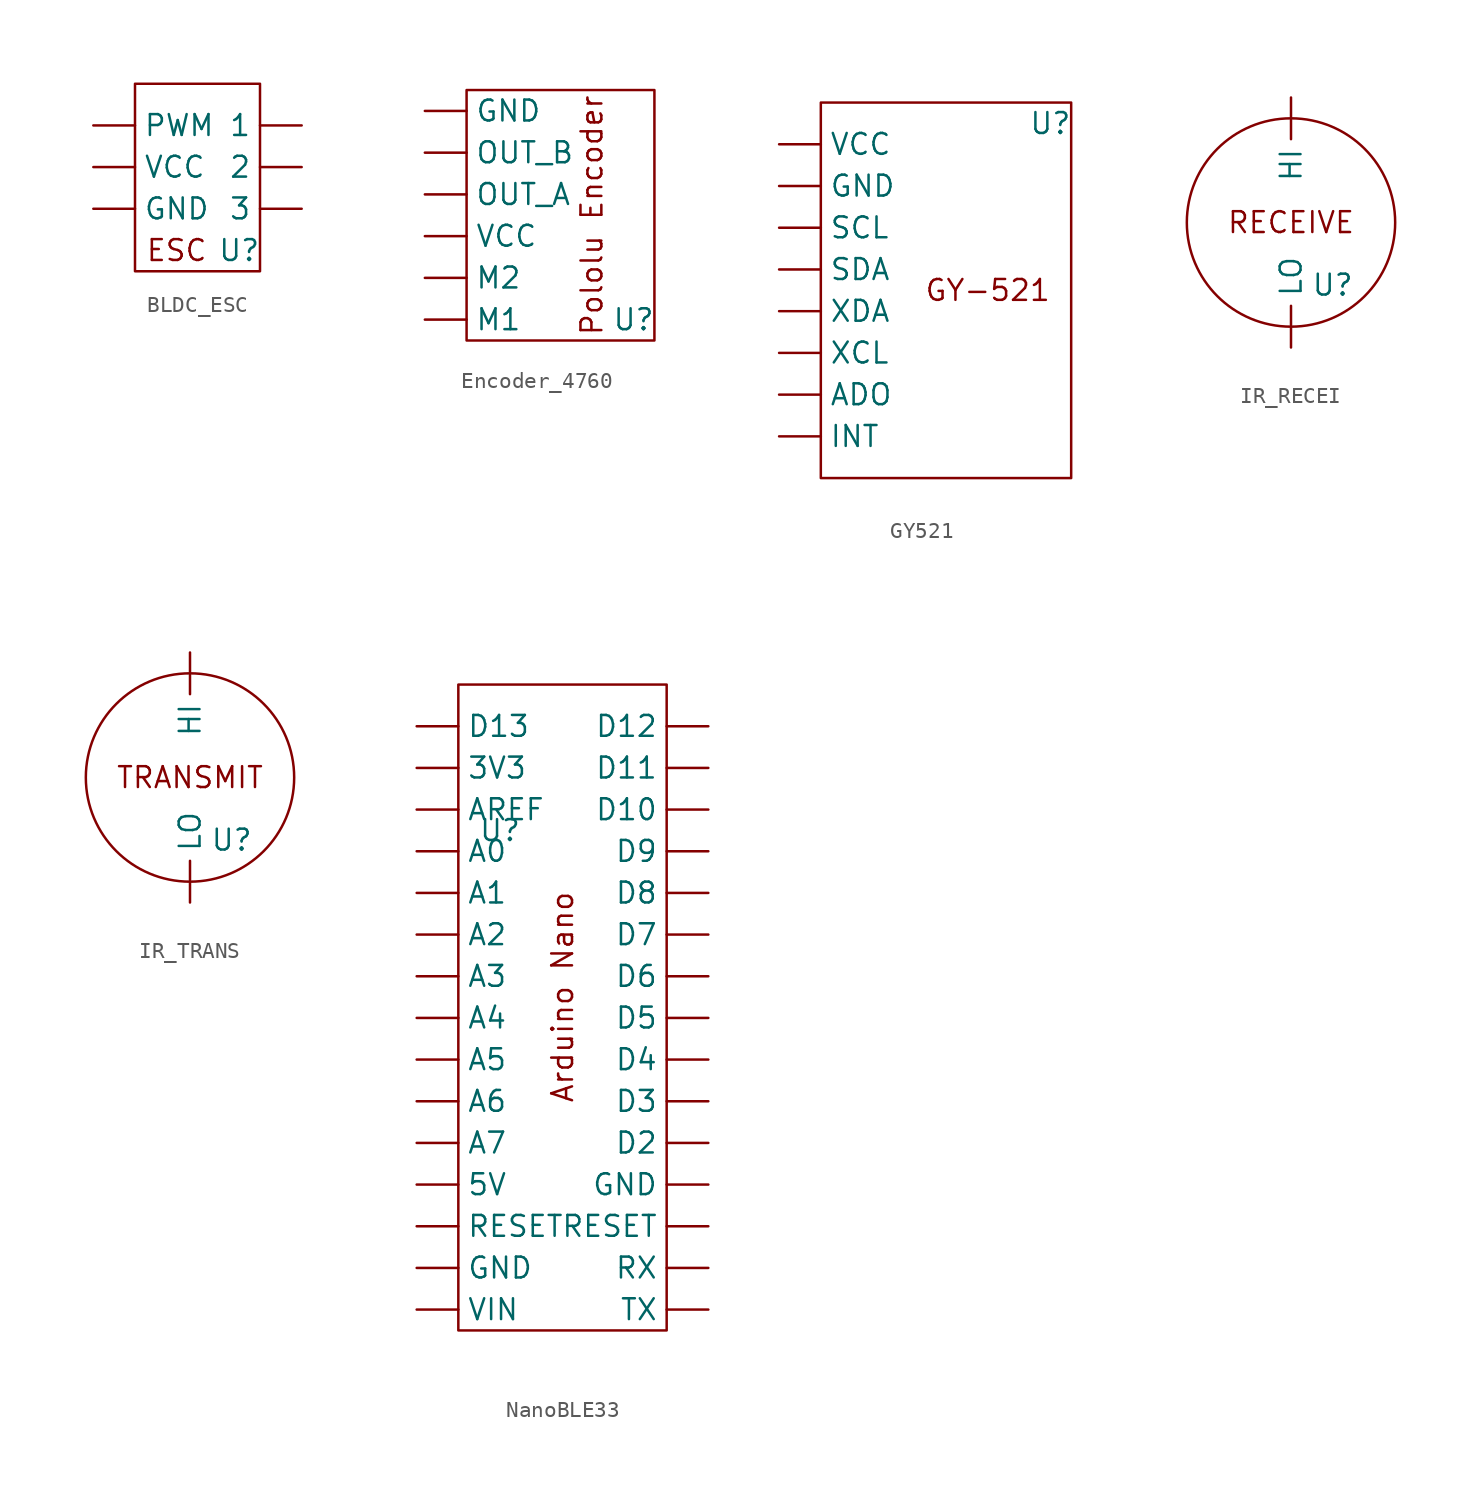
<source format=kicad_sym>
(kicad_symbol_lib
  (version 20220914)
  (generator kicad_symbol_editor)
  (symbol "BLDC_ESC"
    (property "Reference" "U"
      (at 2.54 -5.08 0)
      (effects (font (size 1.27 1.27))))
    (property "Value" ""
      (at -1.27 -2.54 0)
      (effects (font (size 1.27 1.27))))
    (symbol "BLDC_ESC_0_1"
      (rectangle (start -3.81 5.08) (end 3.81 -6.35) (stroke (width 0) (type default)) (fill (type none))))
    (symbol "BLDC_ESC_1_1"
      (text "ESC" (at -1.27 -5.08 0) (effects (font (size 1.27 1.27))))
      (pin input line (at 6.35 2.54 180) (length 2.54) (name "1" (effects (font (size 1.27 1.27)))) (number "" (effects (font (size 1.27 1.27)))))
      (pin input line (at 6.35 0 180) (length 2.54) (name "2" (effects (font (size 1.27 1.27)))) (number "" (effects (font (size 1.27 1.27)))))
      (pin input line (at 6.35 -2.54 180) (length 2.54) (name "3" (effects (font (size 1.27 1.27)))) (number "" (effects (font (size 1.27 1.27)))))
      (pin input line (at -6.35 -2.54 0) (length 2.54) (name "GND" (effects (font (size 1.27 1.27)))) (number "" (effects (font (size 1.27 1.27)))))
      (pin input line (at -6.35 2.54 0) (length 2.54) (name "PWM" (effects (font (size 1.27 1.27)))) (number "" (effects (font (size 1.27 1.27)))))
      (pin input line (at -6.35 0 0) (length 2.54) (name "VCC" (effects (font (size 1.27 1.27)))) (number "" (effects (font (size 1.27 1.27)))))))
  (symbol "Encoder_4760"
    (property "Reference" "U"
      (at 3.81 -6.35 0)
      (effects (font (size 1.27 1.27))))
    (property "Value" ""
      (at -2.54 -1.27 0)
      (effects (font (size 1.27 1.27))))
    (symbol "Encoder_4760_1_1"
      (rectangle (start -6.35 7.62) (end 5.08 -7.62) (stroke (width 0) (type default)) (fill (type none)))
      (text "Pololu Encoder\n" (at 1.27 0 900) (effects (font (size 1.27 1.27))))
      (pin input line (at -8.89 6.35 0) (length 2.54) (name "GND" (effects (font (size 1.27 1.27)))) (number "" (effects (font (size 1.27 1.27)))))
      (pin input line (at -8.89 -6.35 0) (length 2.54) (name "M1" (effects (font (size 1.27 1.27)))) (number "" (effects (font (size 1.27 1.27)))))
      (pin input line (at -8.89 -3.81 0) (length 2.54) (name "M2" (effects (font (size 1.27 1.27)))) (number "" (effects (font (size 1.27 1.27)))))
      (pin input line (at -8.89 1.27 0) (length 2.54) (name "OUT_A" (effects (font (size 1.27 1.27)))) (number "" (effects (font (size 1.27 1.27)))))
      (pin input line (at -8.89 3.81 0) (length 2.54) (name "OUT_B" (effects (font (size 1.27 1.27)))) (number "" (effects (font (size 1.27 1.27)))))
      (pin input line (at -8.89 -1.27 0) (length 2.54) (name "VCC" (effects (font (size 1.27 1.27)))) (number "" (effects (font (size 1.27 1.27)))))))
  (symbol "GY521"
    (property "Reference" "U"
      (at 8.89 10.16 0)
      (effects (font (size 1.27 1.27))))
    (property "Value" ""
      (at 0 0 0)
      (effects (font (size 1.27 1.27))))
    (symbol "GY521_0_1"
      (rectangle (start -5.08 11.43) (end 10.16 -11.43) (stroke (width 0) (type default)) (fill (type none))))
    (symbol "GY521_1_1"
      (text "GY-521\n" (at 5.08 0 0) (effects (font (size 1.27 1.27))))
      (pin input line (at -7.62 -6.35 0) (length 2.54) (name "ADO" (effects (font (size 1.27 1.27)))) (number "" (effects (font (size 1.27 1.27)))))
      (pin input line (at -7.62 6.35 0) (length 2.54) (name "GND" (effects (font (size 1.27 1.27)))) (number "" (effects (font (size 1.27 1.27)))))
      (pin input line (at -7.62 -8.89 0) (length 2.54) (name "INT" (effects (font (size 1.27 1.27)))) (number "" (effects (font (size 1.27 1.27)))))
      (pin input line (at -7.62 3.81 0) (length 2.54) (name "SCL" (effects (font (size 1.27 1.27)))) (number "" (effects (font (size 1.27 1.27)))))
      (pin input line (at -7.62 1.27 0) (length 2.54) (name "SDA" (effects (font (size 1.27 1.27)))) (number "" (effects (font (size 1.27 1.27)))))
      (pin input line (at -7.62 8.89 0) (length 2.54) (name "VCC" (effects (font (size 1.27 1.27)))) (number "" (effects (font (size 1.27 1.27)))))
      (pin input line (at -7.62 -3.81 0) (length 2.54) (name "XCL" (effects (font (size 1.27 1.27)))) (number "" (effects (font (size 1.27 1.27)))))
      (pin input line (at -7.62 -1.27 0) (length 2.54) (name "XDA" (effects (font (size 1.27 1.27)))) (number "" (effects (font (size 1.27 1.27)))))))
  (symbol "IR_RECEI"
    (property "Reference" "U"
      (at 2.54 -3.81 0)
      (effects (font (size 1.27 1.27))))
    (property "Value" ""
      (at 0 0 0)
      (effects (font (size 1.27 1.27))))
    (symbol "IR_RECEI_0_1"
      (circle (center 0 0) (radius 6.35) (stroke (width 0) (type default)) (fill (type none))))
    (symbol "IR_RECEI_1_1"
      (text "RECEIVE\n" (at 0 0 0) (effects (font (size 1.27 1.27))))
      (pin input line (at 0 7.62 270) (length 2.54) (name "HI" (effects (font (size 1.27 1.27)))) (number "" (effects (font (size 1.27 1.27)))))
      (pin input line (at 0 -7.62 90) (length 2.54) (name "LO" (effects (font (size 1.27 1.27)))) (number "" (effects (font (size 1.27 1.27)))))))
  (symbol "IR_TRANS"
    (property "Reference" "U"
      (at 2.54 -3.81 0)
      (effects (font (size 1.27 1.27))))
    (property "Value" ""
      (at 0 0 0)
      (effects (font (size 1.27 1.27))))
    (symbol "IR_TRANS_0_1"
      (circle (center 0 0) (radius 6.35) (stroke (width 0) (type default)) (fill (type none))))
    (symbol "IR_TRANS_1_1"
      (text "TRANSMIT\n" (at 0 0 0) (effects (font (size 1.27 1.27))))
      (pin input line (at 0 7.62 270) (length 2.54) (name "HI" (effects (font (size 1.27 1.27)))) (number "" (effects (font (size 1.27 1.27)))))
      (pin input line (at 0 -7.62 90) (length 2.54) (name "LO" (effects (font (size 1.27 1.27)))) (number "" (effects (font (size 1.27 1.27)))))))
  (symbol "NanoBLE33"
    (property "Reference" "U"
      (at -3.81 10.16 0)
      (effects (font (size 1.27 1.27))))
    (property "Value" ""
      (at -3.81 3.81 0)
      (effects (font (size 1.27 1.27))))
    (symbol "NanoBLE33_1_1"
      (rectangle (start -6.35 19.05) (end 6.35 -20.32) (stroke (width 0) (type default)) (fill (type none)))
      (text "Arduino Nano" (at 0 0 900) (effects (font (size 1.27 1.27))))
      (pin input line (at -8.89 13.97 0) (length 2.54) (name "3V3" (effects (font (size 1.27 1.27)))) (number "" (effects (font (size 1.27 1.27)))))
      (pin input line (at -8.89 -11.43 0) (length 2.54) (name "5V" (effects (font (size 1.27 1.27)))) (number "" (effects (font (size 1.27 1.27)))))
      (pin input line (at -8.89 8.89 0) (length 2.54) (name "A0" (effects (font (size 1.27 1.27)))) (number "" (effects (font (size 1.27 1.27)))))
      (pin input line (at -8.89 6.35 0) (length 2.54) (name "A1" (effects (font (size 1.27 1.27)))) (number "" (effects (font (size 1.27 1.27)))))
      (pin input line (at -8.89 3.81 0) (length 2.54) (name "A2" (effects (font (size 1.27 1.27)))) (number "" (effects (font (size 1.27 1.27)))))
      (pin input line (at -8.89 1.27 0) (length 2.54) (name "A3" (effects (font (size 1.27 1.27)))) (number "" (effects (font (size 1.27 1.27)))))
      (pin input line (at -8.89 -1.27 0) (length 2.54) (name "A4" (effects (font (size 1.27 1.27)))) (number "" (effects (font (size 1.27 1.27)))))
      (pin input line (at -8.89 -3.81 0) (length 2.54) (name "A5" (effects (font (size 1.27 1.27)))) (number "" (effects (font (size 1.27 1.27)))))
      (pin input line (at -8.89 -6.35 0) (length 2.54) (name "A6" (effects (font (size 1.27 1.27)))) (number "" (effects (font (size 1.27 1.27)))))
      (pin input line (at -8.89 -8.89 0) (length 2.54) (name "A7" (effects (font (size 1.27 1.27)))) (number "" (effects (font (size 1.27 1.27)))))
      (pin input line (at -8.89 11.43 0) (length 2.54) (name "AREF" (effects (font (size 1.27 1.27)))) (number "" (effects (font (size 1.27 1.27)))))
      (pin input line (at 8.89 11.43 180) (length 2.54) (name "D10" (effects (font (size 1.27 1.27)))) (number "" (effects (font (size 1.27 1.27)))))
      (pin input line (at 8.89 13.97 180) (length 2.54) (name "D11" (effects (font (size 1.27 1.27)))) (number "" (effects (font (size 1.27 1.27)))))
      (pin input line (at 8.89 16.51 180) (length 2.54) (name "D12" (effects (font (size 1.27 1.27)))) (number "" (effects (font (size 1.27 1.27)))))
      (pin input line (at -8.89 16.51 0) (length 2.54) (name "D13" (effects (font (size 1.27 1.27)))) (number "" (effects (font (size 1.27 1.27)))))
      (pin input line (at 8.89 -8.89 180) (length 2.54) (name "D2" (effects (font (size 1.27 1.27)))) (number "" (effects (font (size 1.27 1.27)))))
      (pin input line (at 8.89 -6.35 180) (length 2.54) (name "D3" (effects (font (size 1.27 1.27)))) (number "" (effects (font (size 1.27 1.27)))))
      (pin input line (at 8.89 -3.81 180) (length 2.54) (name "D4" (effects (font (size 1.27 1.27)))) (number "" (effects (font (size 1.27 1.27)))))
      (pin input line (at 8.89 -1.27 180) (length 2.54) (name "D5" (effects (font (size 1.27 1.27)))) (number "" (effects (font (size 1.27 1.27)))))
      (pin input line (at 8.89 1.27 180) (length 2.54) (name "D6" (effects (font (size 1.27 1.27)))) (number "" (effects (font (size 1.27 1.27)))))
      (pin input line (at 8.89 3.81 180) (length 2.54) (name "D7" (effects (font (size 1.27 1.27)))) (number "" (effects (font (size 1.27 1.27)))))
      (pin input line (at 8.89 6.35 180) (length 2.54) (name "D8" (effects (font (size 1.27 1.27)))) (number "" (effects (font (size 1.27 1.27)))))
      (pin input line (at 8.89 8.89 180) (length 2.54) (name "D9" (effects (font (size 1.27 1.27)))) (number "" (effects (font (size 1.27 1.27)))))
      (pin input line (at -8.89 -16.51 0) (length 2.54) (name "GND" (effects (font (size 1.27 1.27)))) (number "" (effects (font (size 1.27 1.27)))))
      (pin input line (at 8.89 -11.43 180) (length 2.54) (name "GND" (effects (font (size 1.27 1.27)))) (number "" (effects (font (size 1.27 1.27)))))
      (pin input line (at -8.89 -13.97 0) (length 2.54) (name "RESET" (effects (font (size 1.27 1.27)))) (number "" (effects (font (size 1.27 1.27)))))
      (pin input line (at 8.89 -13.97 180) (length 2.54) (name "RESET" (effects (font (size 1.27 1.27)))) (number "" (effects (font (size 1.27 1.27)))))
      (pin input line (at 8.89 -16.51 180) (length 2.54) (name "RX" (effects (font (size 1.27 1.27)))) (number "" (effects (font (size 1.27 1.27)))))
      (pin input line (at 8.89 -19.05 180) (length 2.54) (name "TX" (effects (font (size 1.27 1.27)))) (number "" (effects (font (size 1.27 1.27)))))
      (pin input line (at -8.89 -19.05 0) (length 2.54) (name "VIN" (effects (font (size 1.27 1.27)))) (number "" (effects (font (size 1.27 1.27))))))))
</source>
